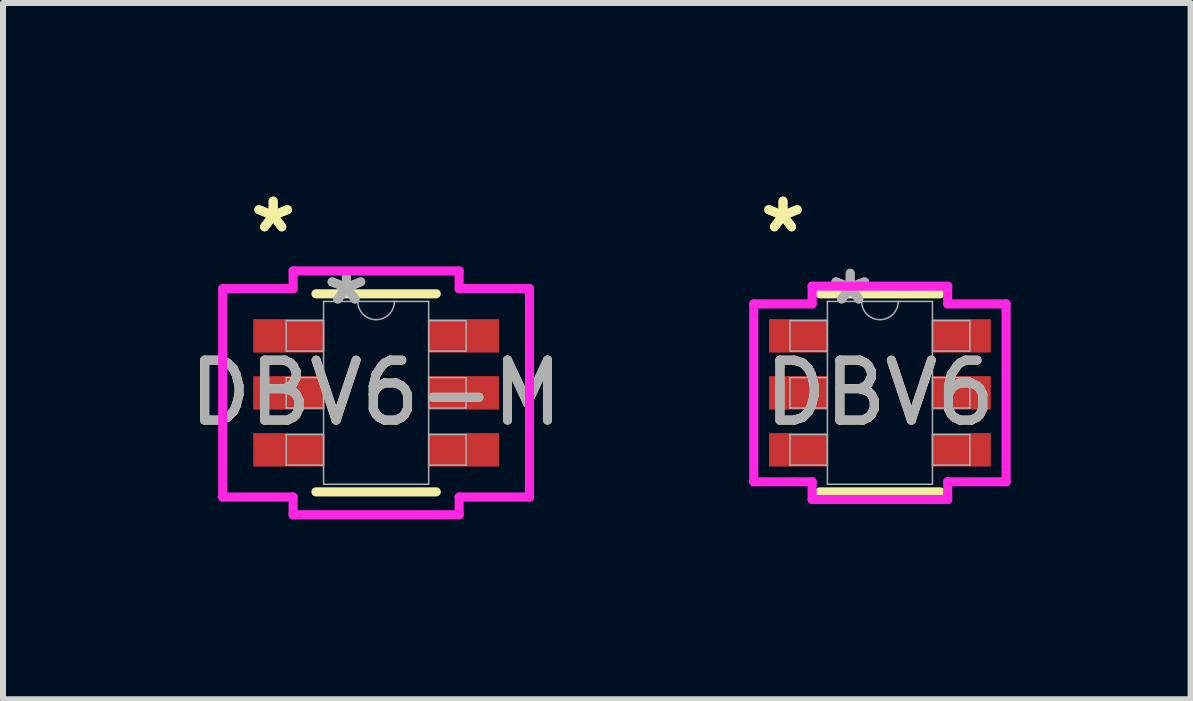
<source format=kicad_pcb>
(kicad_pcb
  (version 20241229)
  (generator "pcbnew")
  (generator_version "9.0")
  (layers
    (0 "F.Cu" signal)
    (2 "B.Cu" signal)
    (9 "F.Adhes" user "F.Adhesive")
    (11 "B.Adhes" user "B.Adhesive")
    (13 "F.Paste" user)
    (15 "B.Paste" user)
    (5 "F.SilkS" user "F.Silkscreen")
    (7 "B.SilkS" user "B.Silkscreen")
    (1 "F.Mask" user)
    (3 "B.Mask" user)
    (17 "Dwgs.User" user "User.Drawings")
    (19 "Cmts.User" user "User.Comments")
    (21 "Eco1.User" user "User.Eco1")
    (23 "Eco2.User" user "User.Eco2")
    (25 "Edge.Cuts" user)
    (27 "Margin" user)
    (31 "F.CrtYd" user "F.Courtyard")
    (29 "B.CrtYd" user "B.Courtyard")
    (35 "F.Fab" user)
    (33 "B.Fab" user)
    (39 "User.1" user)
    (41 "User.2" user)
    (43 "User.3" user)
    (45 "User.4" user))
  (footprint "DBV6"
    (layer "F.Cu")
    (at 11.619 3.499)
    (property "Reference" "DBV6" (at 0 0 0) (unlocked yes) (layer "F.SilkS") (effects (font (size 1 1) (thickness 0.15))))
    (attr smd)
    (fp_line (start -1.003 1.651) (end 1.003 1.651) (stroke (width 0.152) (type solid)) (layer "F.SilkS"))
    (fp_line (start 1.003 -1.651) (end -1.003 -1.651) (stroke (width 0.152) (type solid)) (layer "F.SilkS"))
    (fp_line (start -2.103 -1.483) (end -1.13 -1.483) (stroke (width 0.152) (type solid)) (layer "F.CrtYd"))
    (fp_line (start -2.103 1.483) (end -2.103 -1.483) (stroke (width 0.152) (type solid)) (layer "F.CrtYd"))
    (fp_line (start -2.103 1.483) (end -1.13 1.483) (stroke (width 0.152) (type solid)) (layer "F.CrtYd"))
    (fp_line (start -1.13 -1.778) (end 1.13 -1.778) (stroke (width 0.152) (type solid)) (layer "F.CrtYd"))
    (fp_line (start -1.13 -1.483) (end -1.13 -1.778) (stroke (width 0.152) (type solid)) (layer "F.CrtYd"))
    (fp_line (start -1.13 1.778) (end -1.13 1.483) (stroke (width 0.152) (type solid)) (layer "F.CrtYd"))
    (fp_line (start 1.13 -1.778) (end 1.13 -1.483) (stroke (width 0.152) (type solid)) (layer "F.CrtYd"))
    (fp_line (start 1.13 1.483) (end 1.13 1.778) (stroke (width 0.152) (type solid)) (layer "F.CrtYd"))
    (fp_line (start 1.13 1.778) (end -1.13 1.778) (stroke (width 0.152) (type solid)) (layer "F.CrtYd"))
    (fp_line (start 2.103 -1.483) (end 1.13 -1.483) (stroke (width 0.152) (type solid)) (layer "F.CrtYd"))
    (fp_line (start 2.103 -1.483) (end 2.103 1.483) (stroke (width 0.152) (type solid)) (layer "F.CrtYd"))
    (fp_line (start 2.103 1.483) (end 1.13 1.483) (stroke (width 0.152) (type solid)) (layer "F.CrtYd"))
    (fp_line (start -1.499 -1.204) (end -1.499 -0.696) (stroke (width 0.025) (type solid)) (layer "F.Fab"))
    (fp_line (start -1.499 -0.696) (end -0.876 -0.696) (stroke (width 0.025) (type solid)) (layer "F.Fab"))
    (fp_line (start -1.499 -0.254) (end -1.499 0.254) (stroke (width 0.025) (type solid)) (layer "F.Fab"))
    (fp_line (start -1.499 0.254) (end -0.876 0.254) (stroke (width 0.025) (type solid)) (layer "F.Fab"))
    (fp_line (start -1.499 0.696) (end -1.499 1.204) (stroke (width 0.025) (type solid)) (layer "F.Fab"))
    (fp_line (start -1.499 1.204) (end -0.876 1.204) (stroke (width 0.025) (type solid)) (layer "F.Fab"))
    (fp_line (start -0.876 -1.524) (end -0.876 1.524) (stroke (width 0.025) (type solid)) (layer "F.Fab"))
    (fp_line (start -0.876 -1.204) (end -1.499 -1.204) (stroke (width 0.025) (type solid)) (layer "F.Fab"))
    (fp_line (start -0.876 -0.696) (end -0.876 -1.204) (stroke (width 0.025) (type solid)) (layer "F.Fab"))
    (fp_line (start -0.876 -0.254) (end -1.499 -0.254) (stroke (width 0.025) (type solid)) (layer "F.Fab"))
    (fp_line (start -0.876 0.254) (end -0.876 -0.254) (stroke (width 0.025) (type solid)) (layer "F.Fab"))
    (fp_line (start -0.876 0.696) (end -1.499 0.696) (stroke (width 0.025) (type solid)) (layer "F.Fab"))
    (fp_line (start -0.876 1.204) (end -0.876 0.696) (stroke (width 0.025) (type solid)) (layer "F.Fab"))
    (fp_line (start -0.876 1.524) (end 0.876 1.524) (stroke (width 0.025) (type solid)) (layer "F.Fab"))
    (fp_line (start 0.876 -1.524) (end -0.876 -1.524) (stroke (width 0.025) (type solid)) (layer "F.Fab"))
    (fp_line (start 0.876 -1.204) (end 0.876 -0.696) (stroke (width 0.025) (type solid)) (layer "F.Fab"))
    (fp_line (start 0.876 -0.696) (end 1.499 -0.696) (stroke (width 0.025) (type solid)) (layer "F.Fab"))
    (fp_line (start 0.876 -0.254) (end 0.876 0.254) (stroke (width 0.025) (type solid)) (layer "F.Fab"))
    (fp_line (start 0.876 0.254) (end 1.499 0.254) (stroke (width 0.025) (type solid)) (layer "F.Fab"))
    (fp_line (start 0.876 0.696) (end 0.876 1.204) (stroke (width 0.025) (type solid)) (layer "F.Fab"))
    (fp_line (start 0.876 1.204) (end 1.499 1.204) (stroke (width 0.025) (type solid)) (layer "F.Fab"))
    (fp_line (start 0.876 1.524) (end 0.876 -1.524) (stroke (width 0.025) (type solid)) (layer "F.Fab"))
    (fp_line (start 1.499 -1.204) (end 0.876 -1.204) (stroke (width 0.025) (type solid)) (layer "F.Fab"))
    (fp_line (start 1.499 -0.696) (end 1.499 -1.204) (stroke (width 0.025) (type solid)) (layer "F.Fab"))
    (fp_line (start 1.499 -0.254) (end 0.876 -0.254) (stroke (width 0.025) (type solid)) (layer "F.Fab"))
    (fp_line (start 1.499 0.254) (end 1.499 -0.254) (stroke (width 0.025) (type solid)) (layer "F.Fab"))
    (fp_line (start 1.499 0.696) (end 0.876 0.696) (stroke (width 0.025) (type solid)) (layer "F.Fab"))
    (fp_line (start 1.499 1.204) (end 1.499 0.696) (stroke (width 0.025) (type solid)) (layer "F.Fab"))
    (fp_arc (start 0.3048 -1.524) (mid 0 -1.2192) (end -0.3048 -1.524) (stroke (width 0.0254) (type solid)) (layer "F.Fab"))
    (fp_text user "*" (at -1.616 -2.651 0) (unlocked yes) (layer "F.SilkS") (effects (font (size 1 1) (thickness 0.15))))
    (fp_text user "*" (at -1.616 -2.651 0) (layer "F.SilkS") (effects (font (size 1 1) (thickness 0.15))))
    (fp_text user "*" (at -0.495 -1.448 0) (layer "F.Fab") (effects (font (size 1 1) (thickness 0.15))))
    (fp_text user "${REFERENCE}" (at 0 0 0) (unlocked yes) (layer "F.Fab") (effects (font (size 1 1) (thickness 0.15))))
    (fp_text user "*" (at -0.495 -1.448 0) (unlocked yes) (layer "F.Fab") (effects (font (size 1 1) (thickness 0.15))))
    (pad "1" smd rect (at -1.362 -0.95) (size 0.972 0.558) (layers "F.Cu" "F.Mask" "F.Paste"))
    (pad "2" smd rect (at -1.362 0) (size 0.972 0.558) (layers "F.Cu" "F.Mask" "F.Paste"))
    (pad "3" smd rect (at -1.362 0.95) (size 0.972 0.558) (layers "F.Cu" "F.Mask" "F.Paste"))
    (pad "4" smd rect (at 1.362 0.95) (size 0.972 0.558) (layers "F.Cu" "F.Mask" "F.Paste"))
    (pad "5" smd rect (at 1.362 0) (size 0.972 0.558) (layers "F.Cu" "F.Mask" "F.Paste"))
    (pad "6" smd rect (at 1.362 -0.95) (size 0.972 0.558) (layers "F.Cu" "F.Mask" "F.Paste")))
  (footprint "DBV6-M"
    (layer "F.Cu")
    (at 3.22 3.499)
    (property "Reference" "DBV6-M" (at 0 0 0) (unlocked yes) (layer "F.SilkS") (effects (font (size 1 1) (thickness 0.15))))
    (attr smd)
    (fp_line (start -1.003 1.651) (end 1.003 1.651) (stroke (width 0.152) (type solid)) (layer "F.SilkS"))
    (fp_line (start 1.003 -1.651) (end -1.003 -1.651) (stroke (width 0.152) (type solid)) (layer "F.SilkS"))
    (fp_line (start -2.557 -1.737) (end -1.384 -1.737) (stroke (width 0.152) (type solid)) (layer "F.CrtYd"))
    (fp_line (start -2.557 1.737) (end -2.557 -1.737) (stroke (width 0.152) (type solid)) (layer "F.CrtYd"))
    (fp_line (start -2.557 1.737) (end -1.384 1.737) (stroke (width 0.152) (type solid)) (layer "F.CrtYd"))
    (fp_line (start -1.384 -2.032) (end 1.384 -2.032) (stroke (width 0.152) (type solid)) (layer "F.CrtYd"))
    (fp_line (start -1.384 -1.737) (end -1.384 -2.032) (stroke (width 0.152) (type solid)) (layer "F.CrtYd"))
    (fp_line (start -1.384 2.032) (end -1.384 1.737) (stroke (width 0.152) (type solid)) (layer "F.CrtYd"))
    (fp_line (start 1.384 -2.032) (end 1.384 -1.737) (stroke (width 0.152) (type solid)) (layer "F.CrtYd"))
    (fp_line (start 1.384 1.737) (end 1.384 2.032) (stroke (width 0.152) (type solid)) (layer "F.CrtYd"))
    (fp_line (start 1.384 2.032) (end -1.384 2.032) (stroke (width 0.152) (type solid)) (layer "F.CrtYd"))
    (fp_line (start 2.557 -1.737) (end 1.384 -1.737) (stroke (width 0.152) (type solid)) (layer "F.CrtYd"))
    (fp_line (start 2.557 -1.737) (end 2.557 1.737) (stroke (width 0.152) (type solid)) (layer "F.CrtYd"))
    (fp_line (start 2.557 1.737) (end 1.384 1.737) (stroke (width 0.152) (type solid)) (layer "F.CrtYd"))
    (fp_line (start -1.499 -1.204) (end -1.499 -0.696) (stroke (width 0.025) (type solid)) (layer "F.Fab"))
    (fp_line (start -1.499 -0.696) (end -0.876 -0.696) (stroke (width 0.025) (type solid)) (layer "F.Fab"))
    (fp_line (start -1.499 -0.254) (end -1.499 0.254) (stroke (width 0.025) (type solid)) (layer "F.Fab"))
    (fp_line (start -1.499 0.254) (end -0.876 0.254) (stroke (width 0.025) (type solid)) (layer "F.Fab"))
    (fp_line (start -1.499 0.696) (end -1.499 1.204) (stroke (width 0.025) (type solid)) (layer "F.Fab"))
    (fp_line (start -1.499 1.204) (end -0.876 1.204) (stroke (width 0.025) (type solid)) (layer "F.Fab"))
    (fp_line (start -0.876 -1.524) (end -0.876 1.524) (stroke (width 0.025) (type solid)) (layer "F.Fab"))
    (fp_line (start -0.876 -1.204) (end -1.499 -1.204) (stroke (width 0.025) (type solid)) (layer "F.Fab"))
    (fp_line (start -0.876 -0.696) (end -0.876 -1.204) (stroke (width 0.025) (type solid)) (layer "F.Fab"))
    (fp_line (start -0.876 -0.254) (end -1.499 -0.254) (stroke (width 0.025) (type solid)) (layer "F.Fab"))
    (fp_line (start -0.876 0.254) (end -0.876 -0.254) (stroke (width 0.025) (type solid)) (layer "F.Fab"))
    (fp_line (start -0.876 0.696) (end -1.499 0.696) (stroke (width 0.025) (type solid)) (layer "F.Fab"))
    (fp_line (start -0.876 1.204) (end -0.876 0.696) (stroke (width 0.025) (type solid)) (layer "F.Fab"))
    (fp_line (start -0.876 1.524) (end 0.876 1.524) (stroke (width 0.025) (type solid)) (layer "F.Fab"))
    (fp_line (start 0.876 -1.524) (end -0.876 -1.524) (stroke (width 0.025) (type solid)) (layer "F.Fab"))
    (fp_line (start 0.876 -1.204) (end 0.876 -0.696) (stroke (width 0.025) (type solid)) (layer "F.Fab"))
    (fp_line (start 0.876 -0.696) (end 1.499 -0.696) (stroke (width 0.025) (type solid)) (layer "F.Fab"))
    (fp_line (start 0.876 -0.254) (end 0.876 0.254) (stroke (width 0.025) (type solid)) (layer "F.Fab"))
    (fp_line (start 0.876 0.254) (end 1.499 0.254) (stroke (width 0.025) (type solid)) (layer "F.Fab"))
    (fp_line (start 0.876 0.696) (end 0.876 1.204) (stroke (width 0.025) (type solid)) (layer "F.Fab"))
    (fp_line (start 0.876 1.204) (end 1.499 1.204) (stroke (width 0.025) (type solid)) (layer "F.Fab"))
    (fp_line (start 0.876 1.524) (end 0.876 -1.524) (stroke (width 0.025) (type solid)) (layer "F.Fab"))
    (fp_line (start 1.499 -1.204) (end 0.876 -1.204) (stroke (width 0.025) (type solid)) (layer "F.Fab"))
    (fp_line (start 1.499 -0.696) (end 1.499 -1.204) (stroke (width 0.025) (type solid)) (layer "F.Fab"))
    (fp_line (start 1.499 -0.254) (end 0.876 -0.254) (stroke (width 0.025) (type solid)) (layer "F.Fab"))
    (fp_line (start 1.499 0.254) (end 1.499 -0.254) (stroke (width 0.025) (type solid)) (layer "F.Fab"))
    (fp_line (start 1.499 0.696) (end 0.876 0.696) (stroke (width 0.025) (type solid)) (layer "F.Fab"))
    (fp_line (start 1.499 1.204) (end 1.499 0.696) (stroke (width 0.025) (type solid)) (layer "F.Fab"))
    (fp_arc (start 0.3048 -1.524) (mid 0 -1.2192) (end -0.3048 -1.524) (stroke (width 0.0254) (type solid)) (layer "F.Fab"))
    (fp_text user "*" (at -1.716 -2.651 0) (unlocked yes) (layer "F.SilkS") (effects (font (size 1 1) (thickness 0.15))))
    (fp_text user "*" (at -1.716 -2.651 0) (layer "F.SilkS") (effects (font (size 1 1) (thickness 0.15))))
    (fp_text user "*" (at -0.495 -1.448 0) (layer "F.Fab") (effects (font (size 1 1) (thickness 0.15))))
    (fp_text user "*" (at -0.495 -1.448 0) (unlocked yes) (layer "F.Fab") (effects (font (size 1 1) (thickness 0.15))))
    (fp_text user "${REFERENCE}" (at 0 0 0) (unlocked yes) (layer "F.Fab") (effects (font (size 1 1) (thickness 0.15))))
    (pad "1" smd rect (at -1.462 -0.95) (size 1.172 0.558) (layers "F.Cu" "F.Mask" "F.Paste"))
    (pad "2" smd rect (at -1.462 0) (size 1.172 0.558) (layers "F.Cu" "F.Mask" "F.Paste"))
    (pad "3" smd rect (at -1.462 0.95) (size 1.172 0.558) (layers "F.Cu" "F.Mask" "F.Paste"))
    (pad "4" smd rect (at 1.462 0.95) (size 1.172 0.558) (layers "F.Cu" "F.Mask" "F.Paste"))
    (pad "5" smd rect (at 1.462 0) (size 1.172 0.558) (layers "F.Cu" "F.Mask" "F.Paste"))
    (pad "6" smd rect (at 1.462 -0.95) (size 1.172 0.558) (layers "F.Cu" "F.Mask" "F.Paste")))
  (gr_rect
    (start -3 -3)
    (end 16.798 8.607)
    (stroke (width 0.1) (type default))
    (fill no)
    (layer "Edge.Cuts")))
</source>
